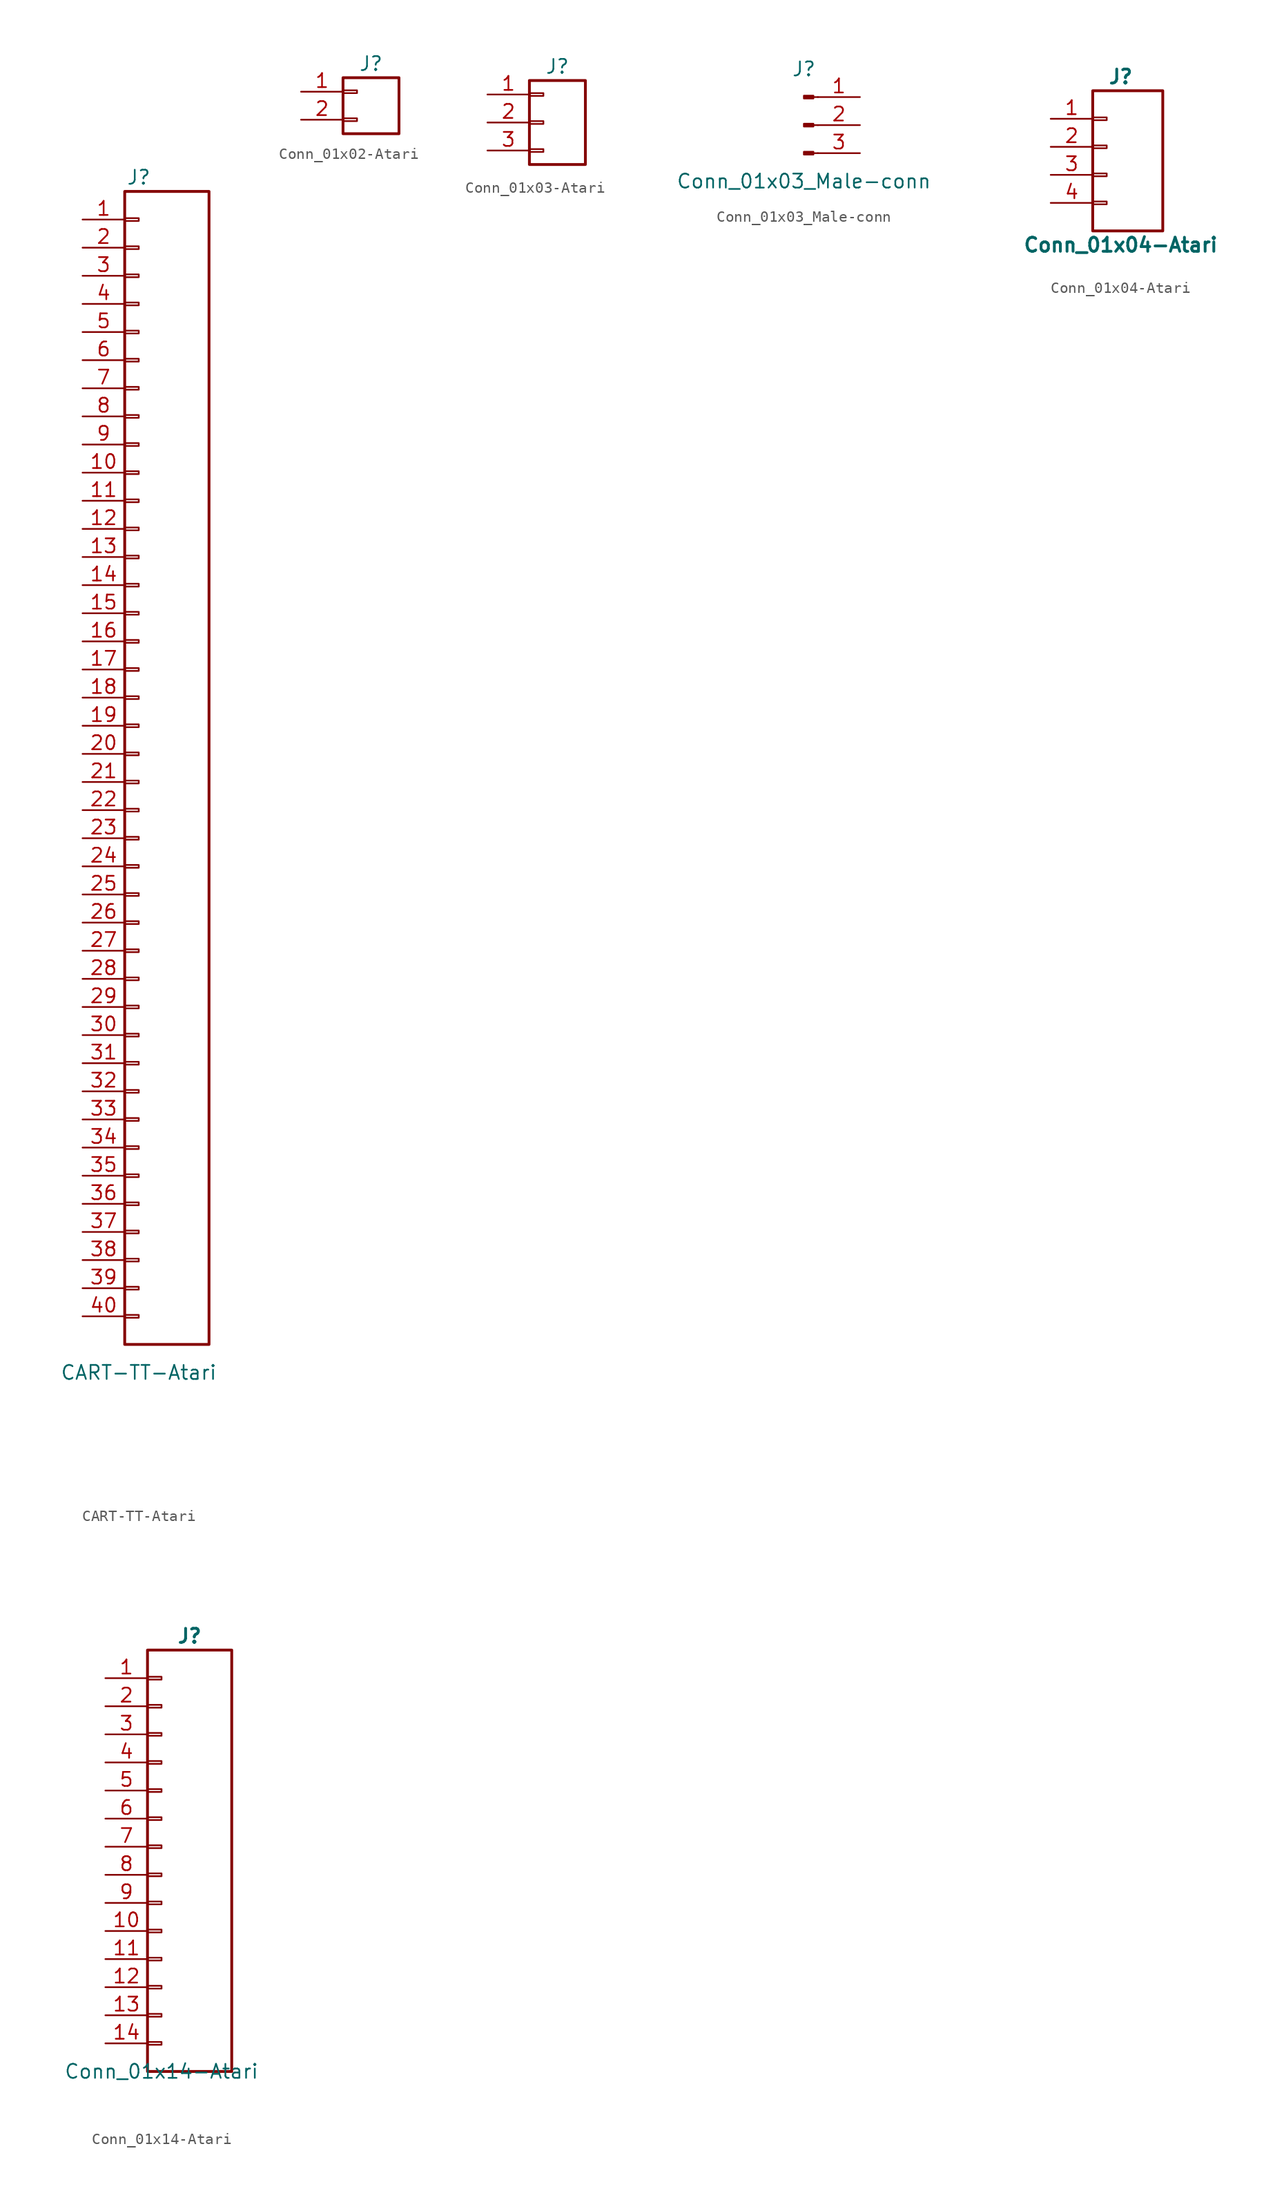
<source format=kicad_sym>
(kicad_symbol_lib
  (version 20231120)
  (generator "kicad_symbol_editor")
  (generator_version "8.0")
  (symbol "CART-TT-Atari"
    (pin_names
      (offset 1.016) hide)
    (property "Reference" "J"
      (at 0 52.07 0)
      (effects (font (size 1.27 1.27))))
    (property "Value" "CART-TT-Atari"
      (at 0 -55.88 0)
      (effects (font (size 1.27 1.27))))
    (symbol "CART-TT-Atari_1_1"
      (rectangle (start -1.27 -50.673) (end 0 -50.927) (stroke (width 0.152) (type solid)) (fill (type none)))
      (rectangle (start -1.27 -48.133) (end 0 -48.387) (stroke (width 0.152) (type solid)) (fill (type none)))
      (rectangle (start -1.27 -45.593) (end 0 -45.847) (stroke (width 0.152) (type solid)) (fill (type none)))
      (rectangle (start -1.27 -43.053) (end 0 -43.307) (stroke (width 0.152) (type solid)) (fill (type none)))
      (rectangle (start -1.27 -40.513) (end 0 -40.767) (stroke (width 0.152) (type solid)) (fill (type none)))
      (rectangle (start -1.27 -37.973) (end 0 -38.227) (stroke (width 0.152) (type solid)) (fill (type none)))
      (rectangle (start -1.27 -35.433) (end 0 -35.687) (stroke (width 0.152) (type solid)) (fill (type none)))
      (rectangle (start -1.27 -32.893) (end 0 -33.147) (stroke (width 0.152) (type solid)) (fill (type none)))
      (rectangle (start -1.27 -30.353) (end 0 -30.607) (stroke (width 0.152) (type solid)) (fill (type none)))
      (rectangle (start -1.27 -27.813) (end 0 -28.067) (stroke (width 0.152) (type solid)) (fill (type none)))
      (rectangle (start -1.27 -25.273) (end 0 -25.527) (stroke (width 0.152) (type solid)) (fill (type none)))
      (rectangle (start -1.27 -22.733) (end 0 -22.987) (stroke (width 0.152) (type solid)) (fill (type none)))
      (rectangle (start -1.27 -20.193) (end 0 -20.447) (stroke (width 0.152) (type solid)) (fill (type none)))
      (rectangle (start -1.27 -17.653) (end 0 -17.907) (stroke (width 0.152) (type solid)) (fill (type none)))
      (rectangle (start -1.27 -15.113) (end 0 -15.367) (stroke (width 0.152) (type solid)) (fill (type none)))
      (rectangle (start -1.27 -12.573) (end 0 -12.827) (stroke (width 0.152) (type solid)) (fill (type none)))
      (rectangle (start -1.27 -10.033) (end 0 -10.287) (stroke (width 0.152) (type solid)) (fill (type none)))
      (rectangle (start -1.27 -7.493) (end 0 -7.747) (stroke (width 0.152) (type solid)) (fill (type none)))
      (rectangle (start -1.27 -4.953) (end 0 -5.207) (stroke (width 0.152) (type solid)) (fill (type none)))
      (rectangle (start -1.27 -2.413) (end 0 -2.667) (stroke (width 0.152) (type solid)) (fill (type none)))
      (rectangle (start -1.27 0.127) (end 0 -0.127) (stroke (width 0.152) (type solid)) (fill (type none)))
      (rectangle (start -1.27 2.667) (end 0 2.413) (stroke (width 0.152) (type solid)) (fill (type none)))
      (rectangle (start -1.27 5.207) (end 0 4.953) (stroke (width 0.152) (type solid)) (fill (type none)))
      (rectangle (start -1.27 7.747) (end 0 7.493) (stroke (width 0.152) (type solid)) (fill (type none)))
      (rectangle (start -1.27 10.287) (end 0 10.033) (stroke (width 0.152) (type solid)) (fill (type none)))
      (rectangle (start -1.27 12.827) (end 0 12.573) (stroke (width 0.152) (type solid)) (fill (type none)))
      (rectangle (start -1.27 15.367) (end 0 15.113) (stroke (width 0.152) (type solid)) (fill (type none)))
      (rectangle (start -1.27 17.907) (end 0 17.653) (stroke (width 0.152) (type solid)) (fill (type none)))
      (rectangle (start -1.27 20.447) (end 0 20.193) (stroke (width 0.152) (type solid)) (fill (type none)))
      (rectangle (start -1.27 22.987) (end 0 22.733) (stroke (width 0.152) (type solid)) (fill (type none)))
      (rectangle (start -1.27 25.527) (end 0 25.273) (stroke (width 0.152) (type solid)) (fill (type none)))
      (rectangle (start -1.27 28.067) (end 0 27.813) (stroke (width 0.152) (type solid)) (fill (type none)))
      (rectangle (start -1.27 30.607) (end 0 30.353) (stroke (width 0.152) (type solid)) (fill (type none)))
      (rectangle (start -1.27 33.147) (end 0 32.893) (stroke (width 0.152) (type solid)) (fill (type none)))
      (rectangle (start -1.27 35.687) (end 0 35.433) (stroke (width 0.152) (type solid)) (fill (type none)))
      (rectangle (start -1.27 38.227) (end 0 37.973) (stroke (width 0.152) (type solid)) (fill (type none)))
      (rectangle (start -1.27 40.767) (end 0 40.513) (stroke (width 0.152) (type solid)) (fill (type none)))
      (rectangle (start -1.27 43.307) (end 0 43.053) (stroke (width 0.152) (type solid)) (fill (type none)))
      (rectangle (start -1.27 45.847) (end 0 45.593) (stroke (width 0.152) (type solid)) (fill (type none)))
      (rectangle (start -1.27 48.387) (end 0 48.133) (stroke (width 0.152) (type solid)) (fill (type none)))
      (rectangle (start -1.27 50.8) (end 6.35 -53.34) (stroke (width 0.254) (type solid)) (fill (type none)))
      (pin passive line (at -5.08 48.26 0) (length 3.81) (name "Pin_1" (effects (font (size 1.27 1.27)))) (number "1" (effects (font (size 1.27 1.27)))))
      (pin passive line (at -5.08 25.4 0) (length 3.81) (name "Pin_10" (effects (font (size 1.27 1.27)))) (number "10" (effects (font (size 1.27 1.27)))))
      (pin passive line (at -5.08 22.86 0) (length 3.81) (name "Pin_11" (effects (font (size 1.27 1.27)))) (number "11" (effects (font (size 1.27 1.27)))))
      (pin passive line (at -5.08 20.32 0) (length 3.81) (name "Pin_12" (effects (font (size 1.27 1.27)))) (number "12" (effects (font (size 1.27 1.27)))))
      (pin passive line (at -5.08 17.78 0) (length 3.81) (name "Pin_13" (effects (font (size 1.27 1.27)))) (number "13" (effects (font (size 1.27 1.27)))))
      (pin passive line (at -5.08 15.24 0) (length 3.81) (name "Pin_14" (effects (font (size 1.27 1.27)))) (number "14" (effects (font (size 1.27 1.27)))))
      (pin passive line (at -5.08 12.7 0) (length 3.81) (name "Pin_15" (effects (font (size 1.27 1.27)))) (number "15" (effects (font (size 1.27 1.27)))))
      (pin passive line (at -5.08 10.16 0) (length 3.81) (name "Pin_16" (effects (font (size 1.27 1.27)))) (number "16" (effects (font (size 1.27 1.27)))))
      (pin passive line (at -5.08 7.62 0) (length 3.81) (name "Pin_17" (effects (font (size 1.27 1.27)))) (number "17" (effects (font (size 1.27 1.27)))))
      (pin passive line (at -5.08 5.08 0) (length 3.81) (name "Pin_18" (effects (font (size 1.27 1.27)))) (number "18" (effects (font (size 1.27 1.27)))))
      (pin passive line (at -5.08 2.54 0) (length 3.81) (name "Pin_19" (effects (font (size 1.27 1.27)))) (number "19" (effects (font (size 1.27 1.27)))))
      (pin passive line (at -5.08 45.72 0) (length 3.81) (name "Pin_2" (effects (font (size 1.27 1.27)))) (number "2" (effects (font (size 1.27 1.27)))))
      (pin passive line (at -5.08 0 0) (length 3.81) (name "Pin_20" (effects (font (size 1.27 1.27)))) (number "20" (effects (font (size 1.27 1.27)))))
      (pin passive line (at -5.08 -2.54 0) (length 3.81) (name "Pin_21" (effects (font (size 1.27 1.27)))) (number "21" (effects (font (size 1.27 1.27)))))
      (pin passive line (at -5.08 -5.08 0) (length 3.81) (name "Pin_22" (effects (font (size 1.27 1.27)))) (number "22" (effects (font (size 1.27 1.27)))))
      (pin passive line (at -5.08 -7.62 0) (length 3.81) (name "Pin_23" (effects (font (size 1.27 1.27)))) (number "23" (effects (font (size 1.27 1.27)))))
      (pin passive line (at -5.08 -10.16 0) (length 3.81) (name "Pin_24" (effects (font (size 1.27 1.27)))) (number "24" (effects (font (size 1.27 1.27)))))
      (pin passive line (at -5.08 -12.7 0) (length 3.81) (name "Pin_25" (effects (font (size 1.27 1.27)))) (number "25" (effects (font (size 1.27 1.27)))))
      (pin passive line (at -5.08 -15.24 0) (length 3.81) (name "Pin_26" (effects (font (size 1.27 1.27)))) (number "26" (effects (font (size 1.27 1.27)))))
      (pin passive line (at -5.08 -17.78 0) (length 3.81) (name "Pin_27" (effects (font (size 1.27 1.27)))) (number "27" (effects (font (size 1.27 1.27)))))
      (pin passive line (at -5.08 -20.32 0) (length 3.81) (name "Pin_28" (effects (font (size 1.27 1.27)))) (number "28" (effects (font (size 1.27 1.27)))))
      (pin passive line (at -5.08 -22.86 0) (length 3.81) (name "Pin_29" (effects (font (size 1.27 1.27)))) (number "29" (effects (font (size 1.27 1.27)))))
      (pin passive line (at -5.08 43.18 0) (length 3.81) (name "Pin_3" (effects (font (size 1.27 1.27)))) (number "3" (effects (font (size 1.27 1.27)))))
      (pin passive line (at -5.08 -25.4 0) (length 3.81) (name "Pin_30" (effects (font (size 1.27 1.27)))) (number "30" (effects (font (size 1.27 1.27)))))
      (pin passive line (at -5.08 -27.94 0) (length 3.81) (name "Pin_31" (effects (font (size 1.27 1.27)))) (number "31" (effects (font (size 1.27 1.27)))))
      (pin passive line (at -5.08 -30.48 0) (length 3.81) (name "Pin_32" (effects (font (size 1.27 1.27)))) (number "32" (effects (font (size 1.27 1.27)))))
      (pin passive line (at -5.08 -33.02 0) (length 3.81) (name "Pin_33" (effects (font (size 1.27 1.27)))) (number "33" (effects (font (size 1.27 1.27)))))
      (pin passive line (at -5.08 -35.56 0) (length 3.81) (name "Pin_34" (effects (font (size 1.27 1.27)))) (number "34" (effects (font (size 1.27 1.27)))))
      (pin passive line (at -5.08 -38.1 0) (length 3.81) (name "Pin_35" (effects (font (size 1.27 1.27)))) (number "35" (effects (font (size 1.27 1.27)))))
      (pin passive line (at -5.08 -40.64 0) (length 3.81) (name "Pin_36" (effects (font (size 1.27 1.27)))) (number "36" (effects (font (size 1.27 1.27)))))
      (pin passive line (at -5.08 -43.18 0) (length 3.81) (name "Pin_37" (effects (font (size 1.27 1.27)))) (number "37" (effects (font (size 1.27 1.27)))))
      (pin passive line (at -5.08 -45.72 0) (length 3.81) (name "Pin_38" (effects (font (size 1.27 1.27)))) (number "38" (effects (font (size 1.27 1.27)))))
      (pin passive line (at -5.08 -48.26 0) (length 3.81) (name "Pin_39" (effects (font (size 1.27 1.27)))) (number "39" (effects (font (size 1.27 1.27)))))
      (pin passive line (at -5.08 40.64 0) (length 3.81) (name "Pin_4" (effects (font (size 1.27 1.27)))) (number "4" (effects (font (size 1.27 1.27)))))
      (pin passive line (at -5.08 -50.8 0) (length 3.81) (name "Pin_40" (effects (font (size 1.27 1.27)))) (number "40" (effects (font (size 1.27 1.27)))))
      (pin passive line (at -5.08 38.1 0) (length 3.81) (name "Pin_5" (effects (font (size 1.27 1.27)))) (number "5" (effects (font (size 1.27 1.27)))))
      (pin passive line (at -5.08 35.56 0) (length 3.81) (name "Pin_6" (effects (font (size 1.27 1.27)))) (number "6" (effects (font (size 1.27 1.27)))))
      (pin passive line (at -5.08 33.02 0) (length 3.81) (name "Pin_7" (effects (font (size 1.27 1.27)))) (number "7" (effects (font (size 1.27 1.27)))))
      (pin passive line (at -5.08 30.48 0) (length 3.81) (name "Pin_8" (effects (font (size 1.27 1.27)))) (number "8" (effects (font (size 1.27 1.27)))))
      (pin passive line (at -5.08 27.94 0) (length 3.81) (name "Pin_9" (effects (font (size 1.27 1.27)))) (number "9" (effects (font (size 1.27 1.27)))))))
  (symbol "Conn_01x02-Atari"
    (pin_names
      (offset 1.016) hide)
    (property "Reference" "J"
      (at 0 2.54 0)
      (effects (font (size 1.27 1.27))))
    (symbol "Conn_01x02-Atari_1_1"
      (rectangle (start -2.54 -2.413) (end -1.27 -2.667) (stroke (width 0.152) (type solid)) (fill (type none)))
      (rectangle (start -2.54 0.127) (end -1.27 -0.127) (stroke (width 0.152) (type solid)) (fill (type none)))
      (rectangle (start -2.54 1.27) (end 2.54 -3.81) (stroke (width 0.254) (type solid)) (fill (type none)))
      (pin passive line (at -6.35 0 0) (length 3.81) (name "Pin_1" (effects (font (size 1.27 1.27)))) (number "1" (effects (font (size 1.27 1.27)))))
      (pin passive line (at -6.35 -2.54 0) (length 3.81) (name "Pin_2" (effects (font (size 1.27 1.27)))) (number "2" (effects (font (size 1.27 1.27)))))))
  (symbol "Conn_01x03-Atari"
    (pin_names
      (offset 1.016) hide)
    (property "Reference" "J"
      (at 0 5.08 0)
      (effects (font (size 1.27 1.27))))
    (symbol "Conn_01x03-Atari_1_1"
      (rectangle (start -2.54 -2.413) (end -1.27 -2.667) (stroke (width 0.152) (type solid)) (fill (type none)))
      (rectangle (start -2.54 0.127) (end -1.27 -0.127) (stroke (width 0.152) (type solid)) (fill (type none)))
      (rectangle (start -2.54 2.667) (end -1.27 2.413) (stroke (width 0.152) (type solid)) (fill (type none)))
      (rectangle (start -2.54 3.81) (end 2.54 -3.81) (stroke (width 0.254) (type solid)) (fill (type none)))
      (pin passive line (at -6.35 2.54 0) (length 3.81) (name "Pin_1" (effects (font (size 1.27 1.27)))) (number "1" (effects (font (size 1.27 1.27)))))
      (pin passive line (at -6.35 0 0) (length 3.81) (name "Pin_2" (effects (font (size 1.27 1.27)))) (number "2" (effects (font (size 1.27 1.27)))))
      (pin passive line (at -6.35 -2.54 0) (length 3.81) (name "Pin_3" (effects (font (size 1.27 1.27)))) (number "3" (effects (font (size 1.27 1.27)))))))
  (symbol "Conn_01x03_Male-conn"
    (pin_names
      (offset 1.016) hide)
    (property "Reference" "J"
      (at 0 5.08 0)
      (effects (font (size 1.27 1.27))))
    (property "Value" "Conn_01x03_Male-conn"
      (at 0 -5.08 0)
      (effects (font (size 1.27 1.27))))
    (symbol "Conn_01x03_Male-conn_1_1"
      (polyline (pts (xy 1.27 -2.54) (xy 0.864 -2.54)) (stroke (width 0.152) (type solid)) (fill (type none)))
      (polyline (pts (xy 1.27 0) (xy 0.864 0)) (stroke (width 0.152) (type solid)) (fill (type none)))
      (polyline (pts (xy 1.27 2.54) (xy 0.864 2.54)) (stroke (width 0.152) (type solid)) (fill (type none)))
      (rectangle (start 0.864 -2.413) (end 0 -2.667) (stroke (width 0.152) (type solid)) (fill (type outline)))
      (rectangle (start 0.864 0.127) (end 0 -0.127) (stroke (width 0.152) (type solid)) (fill (type outline)))
      (rectangle (start 0.864 2.667) (end 0 2.413) (stroke (width 0.152) (type solid)) (fill (type outline)))
      (pin passive line (at 5.08 2.54 180) (length 3.81) (name "Pin_1" (effects (font (size 1.27 1.27)))) (number "1" (effects (font (size 1.27 1.27)))))
      (pin passive line (at 5.08 0 180) (length 3.81) (name "Pin_2" (effects (font (size 1.27 1.27)))) (number "2" (effects (font (size 1.27 1.27)))))
      (pin passive line (at 5.08 -2.54 180) (length 3.81) (name "Pin_3" (effects (font (size 1.27 1.27)))) (number "3" (effects (font (size 1.27 1.27)))))))
  (symbol "Conn_01x04-Atari"
    (pin_names
      (offset 1.016) hide)
    (property "Reference" "J"
      (at 1.27 6.35 0)
      (effects (font (size 1.27 1.27) (bold yes))))
    (property "Value" "Conn_01x04-Atari"
      (at 1.27 -8.89 0)
      (effects (font (size 1.27 1.27) (bold yes))))
    (symbol "Conn_01x04-Atari_1_1"
      (rectangle (start -1.27 -4.953) (end 0 -5.207) (stroke (width 0.152) (type solid)) (fill (type none)))
      (rectangle (start -1.27 -2.413) (end 0 -2.667) (stroke (width 0.152) (type solid)) (fill (type none)))
      (rectangle (start -1.27 0.127) (end 0 -0.127) (stroke (width 0.152) (type solid)) (fill (type none)))
      (rectangle (start -1.27 2.667) (end 0 2.413) (stroke (width 0.152) (type solid)) (fill (type none)))
      (rectangle (start -1.27 5.08) (end 5.08 -7.62) (stroke (width 0.254) (type solid)) (fill (type none)))
      (pin passive line (at -5.08 2.54 0) (length 3.81) (name "Pin_1" (effects (font (size 1.27 1.27)))) (number "1" (effects (font (size 1.27 1.27)))))
      (pin passive line (at -5.08 0 0) (length 3.81) (name "Pin_2" (effects (font (size 1.27 1.27)))) (number "2" (effects (font (size 1.27 1.27)))))
      (pin passive line (at -5.08 -2.54 0) (length 3.81) (name "Pin_3" (effects (font (size 1.27 1.27)))) (number "3" (effects (font (size 1.27 1.27)))))
      (pin passive line (at -5.08 -5.08 0) (length 3.81) (name "Pin_4" (effects (font (size 1.27 1.27)))) (number "4" (effects (font (size 1.27 1.27)))))))
  (symbol "Conn_01x14-Atari"
    (pin_names
      (offset 1.016) hide)
    (property "Reference" "J"
      (at 2.54 19.05 0)
      (effects (font (size 1.27 1.27) (bold yes))))
    (property "Value" "Conn_01x14-Atari"
      (at 0 -20.32 0)
      (effects (font (size 1.27 1.27))))
    (symbol "Conn_01x14-Atari_1_1"
      (rectangle (start -1.27 -17.653) (end 0 -17.907) (stroke (width 0.152) (type solid)) (fill (type none)))
      (rectangle (start -1.27 -15.113) (end 0 -15.367) (stroke (width 0.152) (type solid)) (fill (type none)))
      (rectangle (start -1.27 -12.573) (end 0 -12.827) (stroke (width 0.152) (type solid)) (fill (type none)))
      (rectangle (start -1.27 -10.033) (end 0 -10.287) (stroke (width 0.152) (type solid)) (fill (type none)))
      (rectangle (start -1.27 -7.493) (end 0 -7.747) (stroke (width 0.152) (type solid)) (fill (type none)))
      (rectangle (start -1.27 -4.953) (end 0 -5.207) (stroke (width 0.152) (type solid)) (fill (type none)))
      (rectangle (start -1.27 -2.413) (end 0 -2.667) (stroke (width 0.152) (type solid)) (fill (type none)))
      (rectangle (start -1.27 0.127) (end 0 -0.127) (stroke (width 0.152) (type solid)) (fill (type none)))
      (rectangle (start -1.27 2.667) (end 0 2.413) (stroke (width 0.152) (type solid)) (fill (type none)))
      (rectangle (start -1.27 5.207) (end 0 4.953) (stroke (width 0.152) (type solid)) (fill (type none)))
      (rectangle (start -1.27 7.747) (end 0 7.493) (stroke (width 0.152) (type solid)) (fill (type none)))
      (rectangle (start -1.27 10.287) (end 0 10.033) (stroke (width 0.152) (type solid)) (fill (type none)))
      (rectangle (start -1.27 12.827) (end 0 12.573) (stroke (width 0.152) (type solid)) (fill (type none)))
      (rectangle (start -1.27 15.367) (end 0 15.113) (stroke (width 0.152) (type solid)) (fill (type none)))
      (rectangle (start -1.27 17.78) (end 6.35 -20.32) (stroke (width 0.254) (type solid)) (fill (type none)))
      (pin passive line (at -5.08 15.24 0) (length 3.81) (name "Pin_1" (effects (font (size 1.27 1.27)))) (number "1" (effects (font (size 1.27 1.27)))))
      (pin passive line (at -5.08 -7.62 0) (length 3.81) (name "Pin_10" (effects (font (size 1.27 1.27)))) (number "10" (effects (font (size 1.27 1.27)))))
      (pin passive line (at -5.08 -10.16 0) (length 3.81) (name "Pin_11" (effects (font (size 1.27 1.27)))) (number "11" (effects (font (size 1.27 1.27)))))
      (pin passive line (at -5.08 -12.7 0) (length 3.81) (name "Pin_12" (effects (font (size 1.27 1.27)))) (number "12" (effects (font (size 1.27 1.27)))))
      (pin passive line (at -5.08 -15.24 0) (length 3.81) (name "Pin_13" (effects (font (size 1.27 1.27)))) (number "13" (effects (font (size 1.27 1.27)))))
      (pin passive line (at -5.08 -17.78 0) (length 3.81) (name "Pin_14" (effects (font (size 1.27 1.27)))) (number "14" (effects (font (size 1.27 1.27)))))
      (pin passive line (at -5.08 12.7 0) (length 3.81) (name "Pin_2" (effects (font (size 1.27 1.27)))) (number "2" (effects (font (size 1.27 1.27)))))
      (pin passive line (at -5.08 10.16 0) (length 3.81) (name "Pin_3" (effects (font (size 1.27 1.27)))) (number "3" (effects (font (size 1.27 1.27)))))
      (pin passive line (at -5.08 7.62 0) (length 3.81) (name "Pin_4" (effects (font (size 1.27 1.27)))) (number "4" (effects (font (size 1.27 1.27)))))
      (pin passive line (at -5.08 5.08 0) (length 3.81) (name "Pin_5" (effects (font (size 1.27 1.27)))) (number "5" (effects (font (size 1.27 1.27)))))
      (pin passive line (at -5.08 2.54 0) (length 3.81) (name "Pin_6" (effects (font (size 1.27 1.27)))) (number "6" (effects (font (size 1.27 1.27)))))
      (pin passive line (at -5.08 0 0) (length 3.81) (name "Pin_7" (effects (font (size 1.27 1.27)))) (number "7" (effects (font (size 1.27 1.27)))))
      (pin passive line (at -5.08 -2.54 0) (length 3.81) (name "Pin_8" (effects (font (size 1.27 1.27)))) (number "8" (effects (font (size 1.27 1.27)))))
      (pin passive line (at -5.08 -5.08 0) (length 3.81) (name "Pin_9" (effects (font (size 1.27 1.27)))) (number "9" (effects (font (size 1.27 1.27))))))))
</source>
